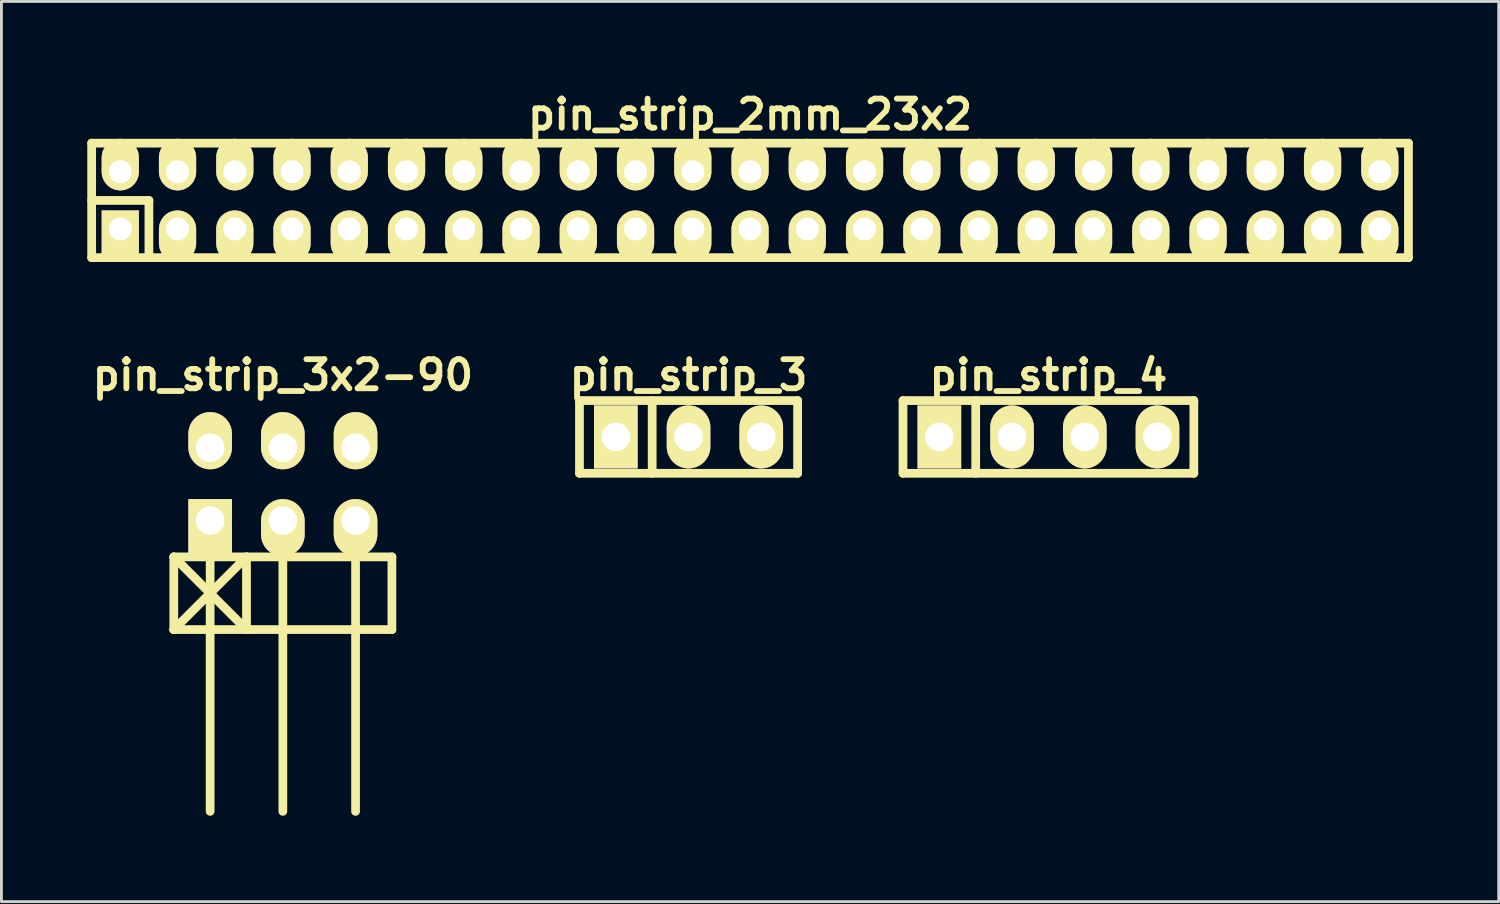
<source format=kicad_pcb>
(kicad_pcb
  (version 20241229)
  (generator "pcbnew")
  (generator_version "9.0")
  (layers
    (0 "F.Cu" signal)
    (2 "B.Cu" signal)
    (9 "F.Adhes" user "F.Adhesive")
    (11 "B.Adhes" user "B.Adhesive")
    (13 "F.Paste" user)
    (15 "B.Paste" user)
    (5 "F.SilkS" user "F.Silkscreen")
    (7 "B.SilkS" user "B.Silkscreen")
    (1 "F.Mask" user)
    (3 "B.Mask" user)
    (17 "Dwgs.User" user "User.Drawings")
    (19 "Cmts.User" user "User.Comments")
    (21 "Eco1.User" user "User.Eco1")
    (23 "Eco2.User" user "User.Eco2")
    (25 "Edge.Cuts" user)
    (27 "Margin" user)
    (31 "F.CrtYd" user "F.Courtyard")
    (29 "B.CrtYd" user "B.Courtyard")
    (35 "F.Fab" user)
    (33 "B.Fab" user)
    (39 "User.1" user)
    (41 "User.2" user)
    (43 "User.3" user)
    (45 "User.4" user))
  (footprint "pin_strip_4"
    (layer "F.Cu")
    (at 33.575 12.213)
    (property "Reference" "pin_strip_4" (at 0 -2.159 0) (layer "F.SilkS") (effects (font (size 1.016 1.016) (thickness 0.203))))
    (attr through_hole)
    (fp_line (start -5.08 -1.27) (end 5.08 -1.27) (stroke (width 0.305) (type solid)) (layer "F.SilkS"))
    (fp_line (start -5.08 1.27) (end -5.08 -1.27) (stroke (width 0.305) (type solid)) (layer "F.SilkS"))
    (fp_line (start -2.54 -1.27) (end -2.54 1.27) (stroke (width 0.305) (type solid)) (layer "F.SilkS"))
    (fp_line (start 5.08 -1.27) (end 5.08 1.27) (stroke (width 0.305) (type solid)) (layer "F.SilkS"))
    (fp_line (start 5.08 1.27) (end -5.08 1.27) (stroke (width 0.305) (type solid)) (layer "F.SilkS"))
    (pad "1" thru_hole rect (at -3.81 0) (size 1.524 2.2) (drill 1.001) (layers "*.Cu" "*.Mask" "F.SilkS"))
    (pad "2" thru_hole oval (at -1.27 0) (size 1.524 2.2) (drill 1.001) (layers "*.Cu" "*.Mask" "F.SilkS"))
    (pad "3" thru_hole oval (at 1.27 0) (size 1.524 2.2) (drill 1.001) (layers "*.Cu" "*.Mask" "F.SilkS"))
    (pad "4" thru_hole oval (at 3.81 0) (size 1.524 2.2) (drill 1.001) (layers "*.Cu" "*.Mask" "F.SilkS")))
  (footprint "pin_strip_3x2-90"
    (layer "F.Cu")
    (at 6.831 13.864)
    (property "Reference" "pin_strip_3x2-90" (at 0 -3.81 0) (layer "F.SilkS") (effects (font (size 1.016 1.016) (thickness 0.203))))
    (attr through_hole)
    (fp_line (start -3.81 2.54) (end -1.27 5.08) (stroke (width 0.305) (type solid)) (layer "F.SilkS"))
    (fp_line (start -3.81 2.54) (end 3.81 2.54) (stroke (width 0.305) (type solid)) (layer "F.SilkS"))
    (fp_line (start -3.81 5.08) (end -3.81 2.54) (stroke (width 0.305) (type solid)) (layer "F.SilkS"))
    (fp_line (start -2.54 1.27) (end -2.54 11.43) (stroke (width 0.305) (type solid)) (layer "F.SilkS"))
    (fp_line (start -1.27 2.54) (end -3.81 5.08) (stroke (width 0.305) (type solid)) (layer "F.SilkS"))
    (fp_line (start -1.27 5.08) (end -1.27 2.54) (stroke (width 0.305) (type solid)) (layer "F.SilkS"))
    (fp_line (start 0 1.27) (end 0 11.43) (stroke (width 0.305) (type solid)) (layer "F.SilkS"))
    (fp_line (start 2.54 11.43) (end 2.54 1.27) (stroke (width 0.305) (type solid)) (layer "F.SilkS"))
    (fp_line (start 3.81 2.54) (end 3.81 5.08) (stroke (width 0.305) (type solid)) (layer "F.SilkS"))
    (fp_line (start 3.81 5.08) (end -3.81 5.08) (stroke (width 0.305) (type solid)) (layer "F.SilkS"))
    (pad "1" thru_hole rect (at -2.54 1.27) (size 1.524 1.999) (drill 1.001 (offset 0 0.249)) (layers "*.Cu" "*.Mask" "F.SilkS"))
    (pad "2" thru_hole oval (at -2.54 -1.27) (size 1.524 1.999) (drill 1.001 (offset 0 -0.249)) (layers "*.Cu" "*.Mask" "F.SilkS"))
    (pad "3" thru_hole oval (at 0 1.27) (size 1.524 1.999) (drill 1.001 (offset 0 0.249)) (layers "*.Cu" "*.Mask" "F.SilkS"))
    (pad "4" thru_hole oval (at 0 -1.27) (size 1.524 1.999) (drill 1.001 (offset 0 -0.249)) (layers "*.Cu" "*.Mask" "F.SilkS"))
    (pad "5" thru_hole oval (at 2.54 1.27) (size 1.524 1.999) (drill 1.001 (offset 0 0.249)) (layers "*.Cu" "*.Mask" "F.SilkS"))
    (pad "6" thru_hole oval (at 2.54 -1.27) (size 1.524 1.999) (drill 1.001 (offset 0 -0.249)) (layers "*.Cu" "*.Mask" "F.SilkS")))
  (footprint "pin_strip_2mm_23x2"
    (layer "F.Cu")
    (at 23.152 3.951)
    (property "Reference" "pin_strip_2mm_23x2" (at 0 -3 0) (layer "F.SilkS") (effects (font (size 1.016 1.016) (thickness 0.203))))
    (attr through_hole)
    (fp_line (start -23 -2) (end 23 -2) (stroke (width 0.305) (type solid)) (layer "F.SilkS"))
    (fp_line (start -23 0) (end -21 0) (stroke (width 0.305) (type solid)) (layer "F.SilkS"))
    (fp_line (start -23 2) (end -23 -2) (stroke (width 0.305) (type solid)) (layer "F.SilkS"))
    (fp_line (start -21 0) (end -21 2) (stroke (width 0.305) (type solid)) (layer "F.SilkS"))
    (fp_line (start 23 -2) (end 23 2) (stroke (width 0.305) (type solid)) (layer "F.SilkS"))
    (fp_line (start 23 2) (end -23 2) (stroke (width 0.305) (type solid)) (layer "F.SilkS"))
    (pad "1" thru_hole rect (at -22 1) (size 1.3 1.8) (drill 0.8 (offset 0 0.25)) (layers "*.Cu" "*.Mask" "F.SilkS"))
    (pad "2" thru_hole oval (at -22 -1) (size 1.3 1.8) (drill 0.8 (offset 0 -0.25)) (layers "*.Cu" "*.Mask" "F.SilkS"))
    (pad "3" thru_hole oval (at -20 1) (size 1.3 1.8) (drill 0.8 (offset 0 0.25)) (layers "*.Cu" "*.Mask" "F.SilkS"))
    (pad "4" thru_hole oval (at -20 -1) (size 1.3 1.8) (drill 0.8 (offset 0 -0.25)) (layers "*.Cu" "*.Mask" "F.SilkS"))
    (pad "5" thru_hole oval (at -18 1) (size 1.3 1.8) (drill 0.8 (offset 0 0.25)) (layers "*.Cu" "*.Mask" "F.SilkS"))
    (pad "6" thru_hole oval (at -18 -1) (size 1.3 1.8) (drill 0.8 (offset 0 -0.25)) (layers "*.Cu" "*.Mask" "F.SilkS"))
    (pad "7" thru_hole oval (at -16 1) (size 1.3 1.8) (drill 0.8 (offset 0 0.25)) (layers "*.Cu" "*.Mask" "F.SilkS"))
    (pad "8" thru_hole oval (at -16 -1) (size 1.3 1.8) (drill 0.8 (offset 0 -0.25)) (layers "*.Cu" "*.Mask" "F.SilkS"))
    (pad "9" thru_hole oval (at -14 1) (size 1.3 1.8) (drill 0.8 (offset 0 0.25)) (layers "*.Cu" "*.Mask" "F.SilkS"))
    (pad "10" thru_hole oval (at -14 -1) (size 1.3 1.8) (drill 0.8 (offset 0 -0.25)) (layers "*.Cu" "*.Mask" "F.SilkS"))
    (pad "11" thru_hole oval (at -12 1) (size 1.3 1.8) (drill 0.8 (offset 0 0.25)) (layers "*.Cu" "*.Mask" "F.SilkS"))
    (pad "12" thru_hole oval (at -12 -1) (size 1.3 1.8) (drill 0.8 (offset 0 -0.25)) (layers "*.Cu" "*.Mask" "F.SilkS"))
    (pad "13" thru_hole oval (at -10 1) (size 1.3 1.8) (drill 0.8 (offset 0 0.25)) (layers "*.Cu" "*.Mask" "F.SilkS"))
    (pad "14" thru_hole oval (at -10 -1) (size 1.3 1.8) (drill 0.8 (offset 0 -0.25)) (layers "*.Cu" "*.Mask" "F.SilkS"))
    (pad "15" thru_hole oval (at -8 1) (size 1.3 1.8) (drill 0.8 (offset 0 0.25)) (layers "*.Cu" "*.Mask" "F.SilkS"))
    (pad "16" thru_hole oval (at -8 -1) (size 1.3 1.8) (drill 0.8 (offset 0 -0.25)) (layers "*.Cu" "*.Mask" "F.SilkS"))
    (pad "17" thru_hole oval (at -6 1) (size 1.3 1.8) (drill 0.8 (offset 0 0.25)) (layers "*.Cu" "*.Mask" "F.SilkS"))
    (pad "18" thru_hole oval (at -6 -1) (size 1.3 1.8) (drill 0.8 (offset 0 -0.25)) (layers "*.Cu" "*.Mask" "F.SilkS"))
    (pad "19" thru_hole oval (at -4 1) (size 1.3 1.8) (drill 0.8 (offset 0 0.25)) (layers "*.Cu" "*.Mask" "F.SilkS"))
    (pad "20" thru_hole oval (at -4 -1) (size 1.3 1.8) (drill 0.8 (offset 0 -0.25)) (layers "*.Cu" "*.Mask" "F.SilkS"))
    (pad "21" thru_hole oval (at -2 1) (size 1.3 1.8) (drill 0.8 (offset 0 0.25)) (layers "*.Cu" "*.Mask" "F.SilkS"))
    (pad "22" thru_hole oval (at -2 -1) (size 1.3 1.8) (drill 0.8 (offset 0 -0.25)) (layers "*.Cu" "*.Mask" "F.SilkS"))
    (pad "23" thru_hole oval (at 0 1) (size 1.3 1.8) (drill 0.8 (offset 0 0.25)) (layers "*.Cu" "*.Mask" "F.SilkS"))
    (pad "24" thru_hole oval (at 0 -1) (size 1.3 1.8) (drill 0.8 (offset 0 -0.25)) (layers "*.Cu" "*.Mask" "F.SilkS"))
    (pad "25" thru_hole oval (at 2 1) (size 1.3 1.8) (drill 0.8 (offset 0 0.25)) (layers "*.Cu" "*.Mask" "F.SilkS"))
    (pad "26" thru_hole oval (at 2 -1) (size 1.3 1.8) (drill 0.8 (offset 0 -0.25)) (layers "*.Cu" "*.Mask" "F.SilkS"))
    (pad "27" thru_hole oval (at 4 1) (size 1.3 1.8) (drill 0.8 (offset 0 0.25)) (layers "*.Cu" "*.Mask" "F.SilkS"))
    (pad "28" thru_hole oval (at 4 -1) (size 1.3 1.8) (drill 0.8 (offset 0 -0.25)) (layers "*.Cu" "*.Mask" "F.SilkS"))
    (pad "29" thru_hole oval (at 6 1) (size 1.3 1.8) (drill 0.8 (offset 0 0.25)) (layers "*.Cu" "*.Mask" "F.SilkS"))
    (pad "30" thru_hole oval (at 6 -1) (size 1.3 1.8) (drill 0.8 (offset 0 -0.25)) (layers "*.Cu" "*.Mask" "F.SilkS"))
    (pad "31" thru_hole oval (at 8 1) (size 1.3 1.8) (drill 0.8 (offset 0 0.25)) (layers "*.Cu" "*.Mask" "F.SilkS"))
    (pad "32" thru_hole oval (at 8 -1) (size 1.3 1.8) (drill 0.8 (offset 0 -0.25)) (layers "*.Cu" "*.Mask" "F.SilkS"))
    (pad "33" thru_hole oval (at 10 1) (size 1.3 1.8) (drill 0.8 (offset 0 0.25)) (layers "*.Cu" "*.Mask" "F.SilkS"))
    (pad "34" thru_hole oval (at 10 -1) (size 1.3 1.8) (drill 0.8 (offset 0 -0.25)) (layers "*.Cu" "*.Mask" "F.SilkS"))
    (pad "35" thru_hole oval (at 12 1) (size 1.3 1.8) (drill 0.8 (offset 0 0.25)) (layers "*.Cu" "*.Mask" "F.SilkS"))
    (pad "36" thru_hole oval (at 12 -1) (size 1.3 1.8) (drill 0.8 (offset 0 -0.25)) (layers "*.Cu" "*.Mask" "F.SilkS"))
    (pad "37" thru_hole oval (at 14 1) (size 1.3 1.8) (drill 0.8 (offset 0 0.25)) (layers "*.Cu" "*.Mask" "F.SilkS"))
    (pad "38" thru_hole oval (at 14 -1) (size 1.3 1.8) (drill 0.8 (offset 0 -0.25)) (layers "*.Cu" "*.Mask" "F.SilkS"))
    (pad "39" thru_hole oval (at 16 1) (size 1.3 1.8) (drill 0.8 (offset 0 0.25)) (layers "*.Cu" "*.Mask" "F.SilkS"))
    (pad "40" thru_hole oval (at 16 -1) (size 1.3 1.8) (drill 0.8 (offset 0 -0.25)) (layers "*.Cu" "*.Mask" "F.SilkS"))
    (pad "41" thru_hole oval (at 18 1) (size 1.3 1.8) (drill 0.8 (offset 0 0.25)) (layers "*.Cu" "*.Mask" "F.SilkS"))
    (pad "42" thru_hole oval (at 18 -1) (size 1.3 1.8) (drill 0.8 (offset 0 -0.25)) (layers "*.Cu" "*.Mask" "F.SilkS"))
    (pad "43" thru_hole oval (at 20 1) (size 1.3 1.8) (drill 0.8 (offset 0 0.25)) (layers "*.Cu" "*.Mask" "F.SilkS"))
    (pad "44" thru_hole oval (at 20 -1) (size 1.3 1.8) (drill 0.8 (offset 0 -0.25)) (layers "*.Cu" "*.Mask" "F.SilkS"))
    (pad "45" thru_hole oval (at 22 1) (size 1.3 1.8) (drill 0.8 (offset 0 0.25)) (layers "*.Cu" "*.Mask" "F.SilkS"))
    (pad "46" thru_hole oval (at 22 -1) (size 1.3 1.8) (drill 0.8 (offset 0 -0.25)) (layers "*.Cu" "*.Mask" "F.SilkS")))
  (footprint "pin_strip_3"
    (layer "F.Cu")
    (at 21.003 12.213)
    (property "Reference" "pin_strip_3" (at 0 -2.159 0) (layer "F.SilkS") (effects (font (size 1.016 1.016) (thickness 0.203))))
    (attr through_hole)
    (fp_line (start -3.81 -1.27) (end 3.81 -1.27) (stroke (width 0.305) (type solid)) (layer "F.SilkS"))
    (fp_line (start -3.81 1.27) (end -3.81 -1.27) (stroke (width 0.305) (type solid)) (layer "F.SilkS"))
    (fp_line (start -1.27 1.27) (end -1.27 -1.27) (stroke (width 0.305) (type solid)) (layer "F.SilkS"))
    (fp_line (start 3.81 -1.27) (end 3.81 1.27) (stroke (width 0.305) (type solid)) (layer "F.SilkS"))
    (fp_line (start 3.81 1.27) (end -3.81 1.27) (stroke (width 0.305) (type solid)) (layer "F.SilkS"))
    (pad "1" thru_hole rect (at -2.54 0) (size 1.524 2.2) (drill 1.001) (layers "*.Cu" "*.Mask" "F.SilkS"))
    (pad "2" thru_hole oval (at 0 0) (size 1.524 2.2) (drill 1.001) (layers "*.Cu" "*.Mask" "F.SilkS"))
    (pad "3" thru_hole oval (at 2.54 0) (size 1.524 2.2) (drill 1.001) (layers "*.Cu" "*.Mask" "F.SilkS")))
  (gr_rect
    (start -3 -3)
    (end 49.305 28.447)
    (stroke (width 0.1) (type default))
    (fill no)
    (layer "Edge.Cuts")))
</source>
